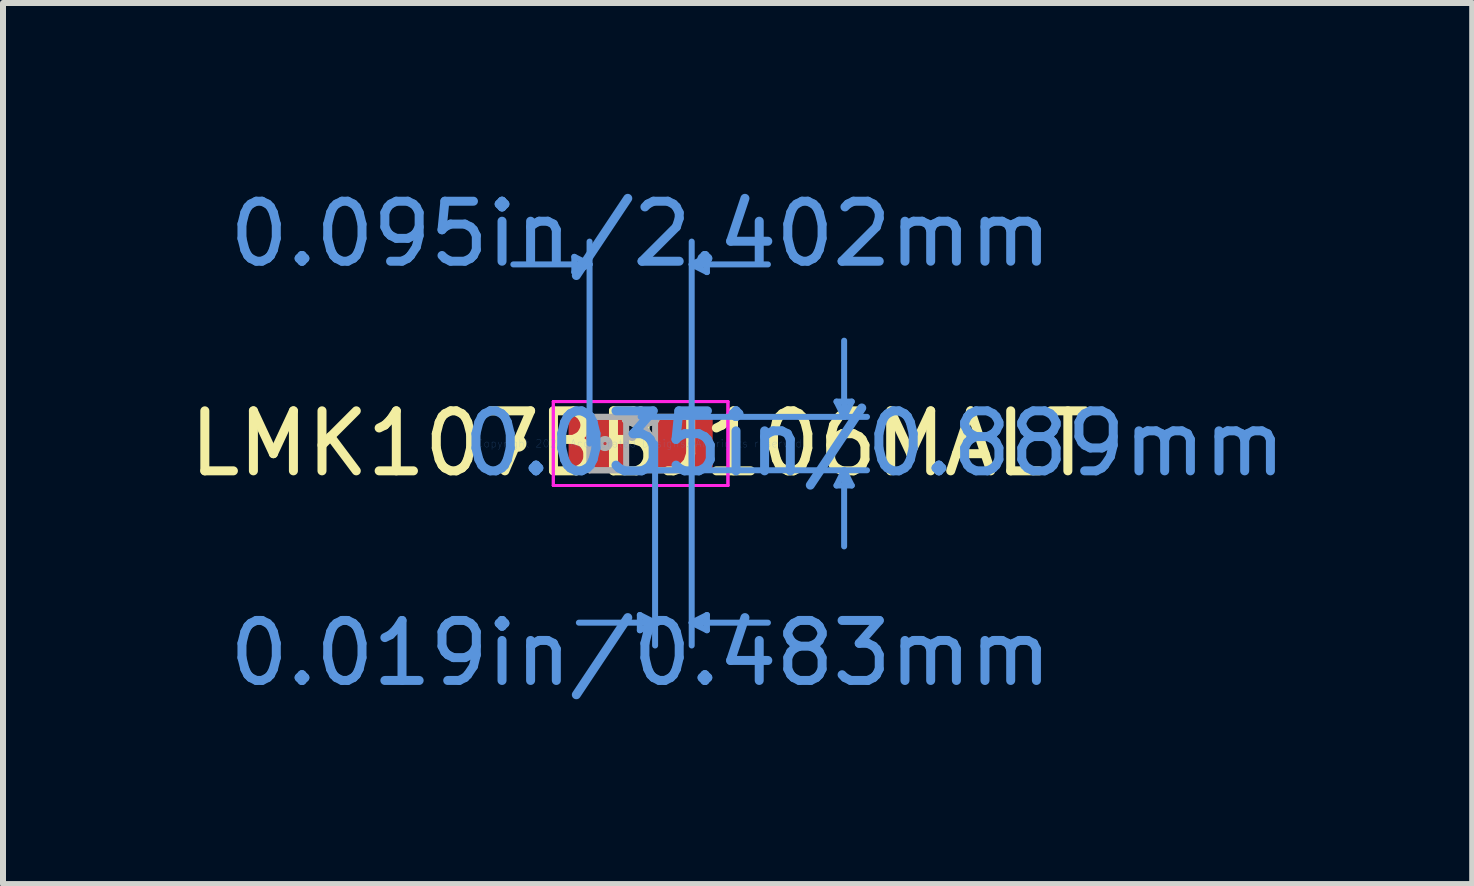
<source format=kicad_pcb>
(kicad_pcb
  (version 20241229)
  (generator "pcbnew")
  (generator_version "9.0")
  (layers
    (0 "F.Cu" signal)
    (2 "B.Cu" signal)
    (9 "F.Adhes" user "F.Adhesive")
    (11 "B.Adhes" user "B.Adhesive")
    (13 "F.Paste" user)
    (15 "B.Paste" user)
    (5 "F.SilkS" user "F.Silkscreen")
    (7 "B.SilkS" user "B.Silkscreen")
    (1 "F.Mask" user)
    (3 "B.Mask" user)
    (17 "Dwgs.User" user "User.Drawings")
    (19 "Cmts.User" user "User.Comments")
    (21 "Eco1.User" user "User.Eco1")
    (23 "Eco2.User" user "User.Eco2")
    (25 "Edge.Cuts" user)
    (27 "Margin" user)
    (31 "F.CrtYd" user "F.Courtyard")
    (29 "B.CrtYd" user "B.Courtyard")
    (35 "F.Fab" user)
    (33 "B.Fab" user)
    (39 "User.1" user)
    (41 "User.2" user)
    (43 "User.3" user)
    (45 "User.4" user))
  (footprint "LMK107BBJ106MALT"
    (layer "F.Cu")
    (at 7.625 4.341)
    (property "Reference" "LMK107BBJ106MALT" (at 0 0 0) (layer "F.SilkS") (effects (font (size 1 1) (thickness 0.15))))
    (attr through_hole)
    (fp_circle (center -2.039 0) (end -1.963 0) (stroke (width 0.12) (type solid)) (fill no) (layer "F.SilkS"))
    (fp_line (start -1.105 -3.111) (end -1.105 -2.857) (stroke (width 0.1) (type solid)) (layer "Cmts.User"))
    (fp_line (start -0.851 -2.985) (end -2.121 -2.985) (stroke (width 0.1) (type solid)) (layer "Cmts.User"))
    (fp_line (start -0.851 -2.985) (end -1.105 -3.111) (stroke (width 0.1) (type solid)) (layer "Cmts.User"))
    (fp_line (start -0.851 -2.985) (end -1.105 -2.857) (stroke (width 0.1) (type solid)) (layer "Cmts.User"))
    (fp_line (start -0.851 0) (end -0.851 -3.365) (stroke (width 0.1) (type solid)) (layer "Cmts.User"))
    (fp_line (start -0.013 2.857) (end -0.013 3.111) (stroke (width 0.1) (type solid)) (layer "Cmts.User"))
    (fp_line (start 0 -0.445) (end 3.772 -0.445) (stroke (width 0.1) (type solid)) (layer "Cmts.User"))
    (fp_line (start 0 0.445) (end 3.772 0.445) (stroke (width 0.1) (type solid)) (layer "Cmts.User"))
    (fp_line (start 0.241 0) (end 0.241 3.365) (stroke (width 0.1) (type solid)) (layer "Cmts.User"))
    (fp_line (start 0.241 2.985) (end -1.029 2.985) (stroke (width 0.1) (type solid)) (layer "Cmts.User"))
    (fp_line (start 0.241 2.985) (end -0.013 2.857) (stroke (width 0.1) (type solid)) (layer "Cmts.User"))
    (fp_line (start 0.241 2.985) (end -0.013 3.111) (stroke (width 0.1) (type solid)) (layer "Cmts.User"))
    (fp_line (start 0.851 -2.985) (end 1.105 -3.111) (stroke (width 0.1) (type solid)) (layer "Cmts.User"))
    (fp_line (start 0.851 -2.985) (end 1.105 -2.857) (stroke (width 0.1) (type solid)) (layer "Cmts.User"))
    (fp_line (start 0.851 -2.985) (end 2.121 -2.985) (stroke (width 0.1) (type solid)) (layer "Cmts.User"))
    (fp_line (start 0.851 0) (end 0.851 -3.365) (stroke (width 0.1) (type solid)) (layer "Cmts.User"))
    (fp_line (start 0.851 0) (end 0.851 3.365) (stroke (width 0.1) (type solid)) (layer "Cmts.User"))
    (fp_line (start 0.851 2.985) (end 1.105 2.857) (stroke (width 0.1) (type solid)) (layer "Cmts.User"))
    (fp_line (start 0.851 2.985) (end 1.105 3.111) (stroke (width 0.1) (type solid)) (layer "Cmts.User"))
    (fp_line (start 0.851 2.985) (end 2.121 2.985) (stroke (width 0.1) (type solid)) (layer "Cmts.User"))
    (fp_line (start 1.105 -3.111) (end 1.105 -2.857) (stroke (width 0.1) (type solid)) (layer "Cmts.User"))
    (fp_line (start 1.105 2.857) (end 1.105 3.111) (stroke (width 0.1) (type solid)) (layer "Cmts.User"))
    (fp_line (start 3.264 -0.699) (end 3.518 -0.699) (stroke (width 0.1) (type solid)) (layer "Cmts.User"))
    (fp_line (start 3.264 0.699) (end 3.518 0.699) (stroke (width 0.1) (type solid)) (layer "Cmts.User"))
    (fp_line (start 3.391 -0.445) (end 3.264 -0.699) (stroke (width 0.1) (type solid)) (layer "Cmts.User"))
    (fp_line (start 3.391 -0.445) (end 3.391 -1.714) (stroke (width 0.1) (type solid)) (layer "Cmts.User"))
    (fp_line (start 3.391 -0.445) (end 3.518 -0.699) (stroke (width 0.1) (type solid)) (layer "Cmts.User"))
    (fp_line (start 3.391 0.445) (end 3.264 0.699) (stroke (width 0.1) (type solid)) (layer "Cmts.User"))
    (fp_line (start 3.391 0.445) (end 3.391 1.714) (stroke (width 0.1) (type solid)) (layer "Cmts.User"))
    (fp_line (start 3.391 0.445) (end 3.518 0.699) (stroke (width 0.1) (type solid)) (layer "Cmts.User"))
    (fp_line (start -1.455 -0.699) (end 1.455 -0.699) (stroke (width 0.05) (type solid)) (layer "F.CrtYd"))
    (fp_line (start -1.455 -0.699) (end 1.455 -0.699) (stroke (width 0.05) (type solid)) (layer "F.CrtYd"))
    (fp_line (start -1.455 0.699) (end -1.455 -0.699) (stroke (width 0.05) (type solid)) (layer "F.CrtYd"))
    (fp_line (start -1.455 0.699) (end -1.455 -0.699) (stroke (width 0.05) (type solid)) (layer "F.CrtYd"))
    (fp_line (start 1.455 -0.699) (end 1.455 0.699) (stroke (width 0.05) (type solid)) (layer "F.CrtYd"))
    (fp_line (start 1.455 -0.699) (end 1.455 0.699) (stroke (width 0.05) (type solid)) (layer "F.CrtYd"))
    (fp_line (start 1.455 0.699) (end -1.455 0.699) (stroke (width 0.05) (type solid)) (layer "F.CrtYd"))
    (fp_line (start 1.455 0.699) (end -1.455 0.699) (stroke (width 0.05) (type solid)) (layer "F.CrtYd"))
    (fp_line (start -0.851 -0.445) (end -0.851 0.445) (stroke (width 0.1) (type solid)) (layer "F.Fab"))
    (fp_line (start -0.851 -0.445) (end -0.851 0.445) (stroke (width 0.1) (type solid)) (layer "F.Fab"))
    (fp_line (start -0.851 0.445) (end -0.241 0.445) (stroke (width 0.1) (type solid)) (layer "F.Fab"))
    (fp_line (start -0.851 0.445) (end 0.851 0.445) (stroke (width 0.1) (type solid)) (layer "F.Fab"))
    (fp_line (start -0.241 -0.445) (end -0.851 -0.445) (stroke (width 0.1) (type solid)) (layer "F.Fab"))
    (fp_line (start -0.241 0.445) (end -0.241 -0.445) (stroke (width 0.1) (type solid)) (layer "F.Fab"))
    (fp_line (start 0.241 -0.445) (end 0.241 0.445) (stroke (width 0.1) (type solid)) (layer "F.Fab"))
    (fp_line (start 0.241 0.445) (end 0.851 0.445) (stroke (width 0.1) (type solid)) (layer "F.Fab"))
    (fp_line (start 0.851 -0.445) (end -0.851 -0.445) (stroke (width 0.1) (type solid)) (layer "F.Fab"))
    (fp_line (start 0.851 -0.445) (end 0.241 -0.445) (stroke (width 0.1) (type solid)) (layer "F.Fab"))
    (fp_line (start 0.851 0.445) (end 0.851 -0.445) (stroke (width 0.1) (type solid)) (layer "F.Fab"))
    (fp_line (start 0.851 0.445) (end 0.851 -0.445) (stroke (width 0.1) (type solid)) (layer "F.Fab"))
    (fp_circle (center -0.594 0) (end -0.518 0) (stroke (width 0.1) (type solid)) (fill no) (layer "F.Fab"))
    (fp_text user "*" (at 0 0 0) (layer "F.SilkS") (effects (font (size 1 1) (thickness 0.15))))
    (fp_text user "0.095in/2.402mm" (at 0 -3.493 0) (layer "Cmts.User") (effects (font (size 1 1) (thickness 0.15))))
    (fp_text user "0.019in/0.483mm" (at 0 3.493 0) (layer "Cmts.User") (effects (font (size 1 1) (thickness 0.15))))
    (fp_text user "Copyright 2021 Accelerated Designs. All rights reserved." (at 0 0 0) (layer "Cmts.User") (effects (font (size 0.127 0.127) (thickness 0.002))))
    (fp_text user "0.035in/0.889mm" (at 3.899 0 0) (layer "Cmts.User") (effects (font (size 1 1) (thickness 0.15))))
    (fp_text user "*" (at 0 0 0) (layer "F.Fab") (effects (font (size 1 1) (thickness 0.15))))
    (pad "1" smd rect (at -0.721 0) (size 0.96 0.889) (layers "F.Cu" "F.Mask" "F.Paste"))
    (pad "2" smd rect (at 0.721 0) (size 0.96 0.889) (layers "F.Cu" "F.Mask" "F.Paste")))
  (gr_rect
    (start -3 -3)
    (end 21.482 11.681)
    (stroke (width 0.1) (type default))
    (fill no)
    (layer "Edge.Cuts")))
</source>
